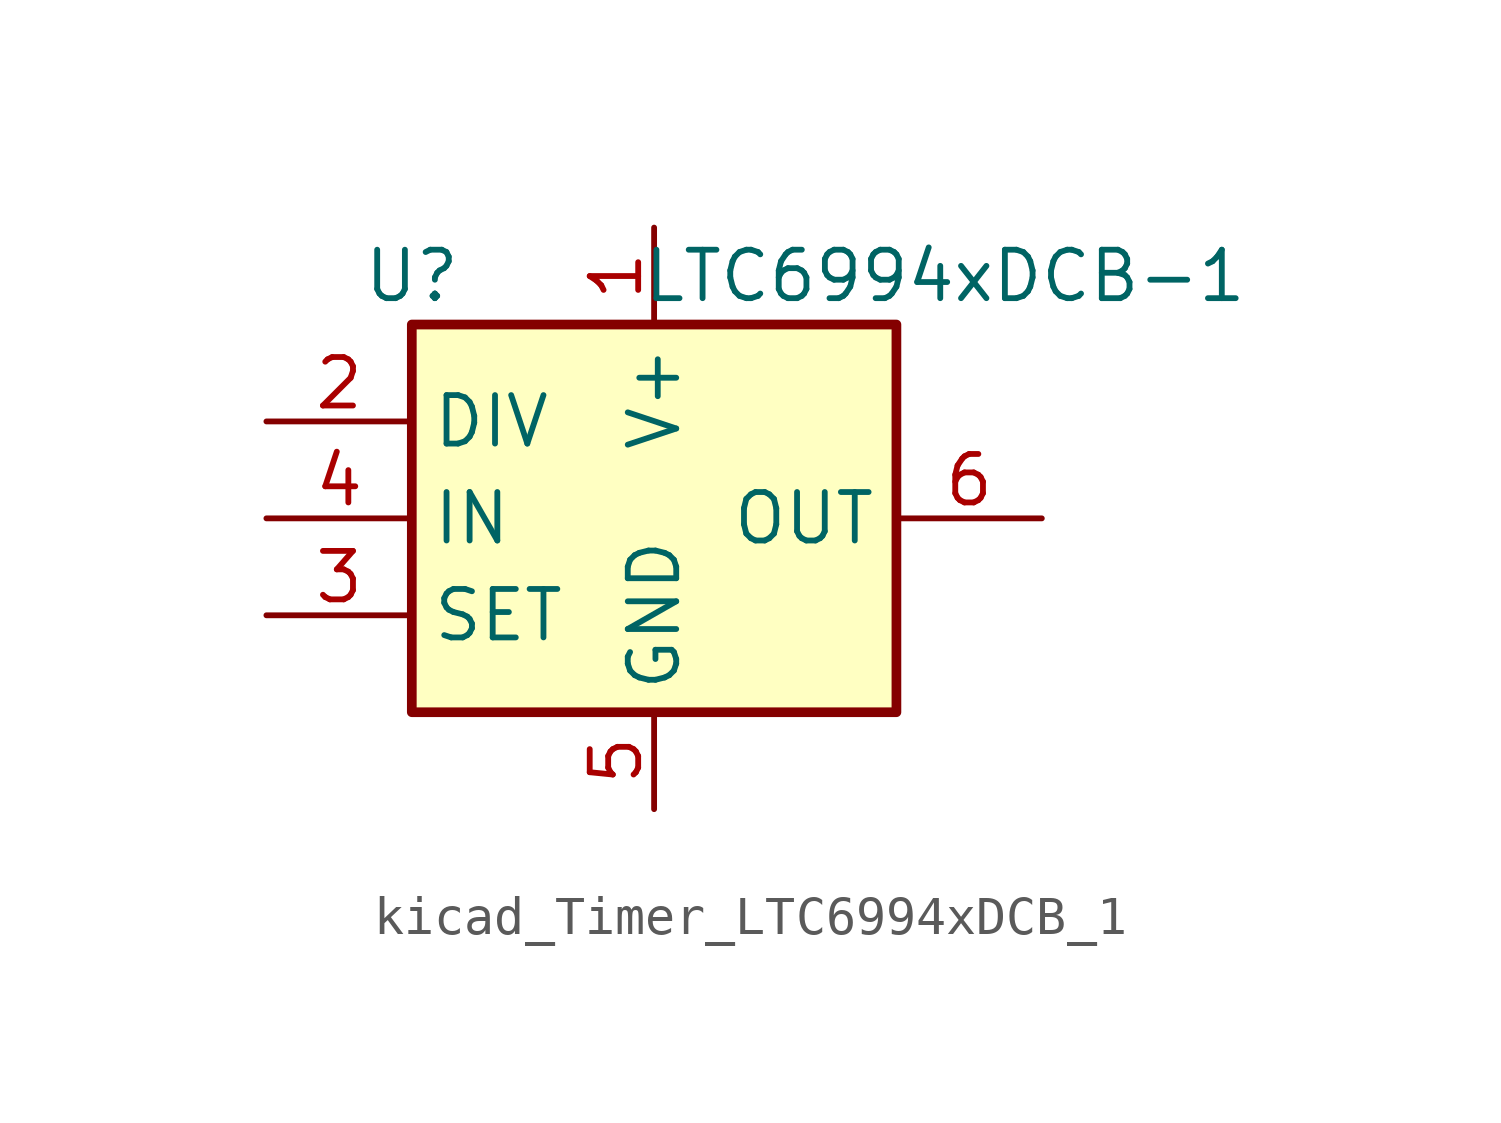
<source format=kicad_sym>
(kicad_symbol_lib
  (version 20220914)
  (generator kicad_symbol_editor)
  (symbol "kicad_Timer_LTC6994xDCB_1"
    (property "Reference" "U"
      (at -6.35 6.35 0)
      (effects (font (size 1.27 1.27))))
    (property "Value" "LTC6994xDCB-1"
      (at 7.62 6.35 0)
      (effects (font (size 1.27 1.27))))
    (symbol "kicad_Timer_LTC6994xDCB_1_0_1"
      (rectangle (start -6.35 5.08) (end 6.35 -5.08) (stroke (width 0.254) (type default)) (fill (type background))))
    (symbol "kicad_Timer_LTC6994xDCB_1_1_1"
      (pin power_in line (at 0 7.62 270) (length 2.54) (name "V+" (effects (font (size 1.27 1.27)))) (number "1" (effects (font (size 1.27 1.27)))))
      (pin input line (at -10.16 2.54 0) (length 3.81) (name "DIV" (effects (font (size 1.27 1.27)))) (number "2" (effects (font (size 1.27 1.27)))))
      (pin passive line (at -10.16 -2.54 0) (length 3.81) (name "SET" (effects (font (size 1.27 1.27)))) (number "3" (effects (font (size 1.27 1.27)))))
      (pin input line (at -10.16 0 0) (length 3.81) (name "IN" (effects (font (size 1.27 1.27)))) (number "4" (effects (font (size 1.27 1.27)))))
      (pin power_in line (at 0 -7.62 90) (length 2.54) (name "GND" (effects (font (size 1.27 1.27)))) (number "5" (effects (font (size 1.27 1.27)))))
      (pin output line (at 10.16 0 180) (length 3.81) (name "OUT" (effects (font (size 1.27 1.27)))) (number "6" (effects (font (size 1.27 1.27))))))))
</source>
